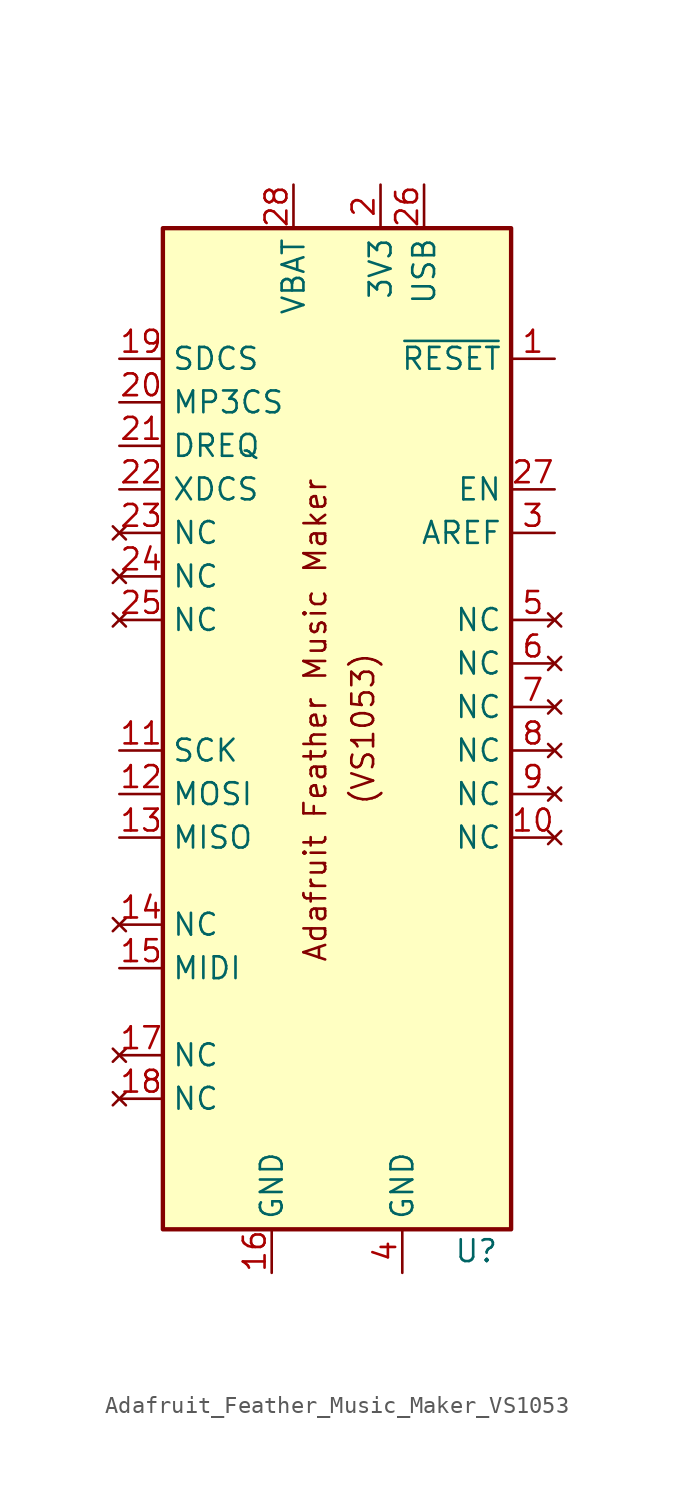
<source format=kicad_sym>
(kicad_symbol_lib
  (version 20231120)
  (generator "kicad_symbol_editor")
  (generator_version "8.0")
  (symbol "Adafruit_Feather_Music_Maker_VS1053"
    (property "Reference" "U"
      (at 8.128 -29.21 0)
      (effects (font (size 1.27 1.27))))
    (property "Value" ""
      (at 0 -19.05 0)
      (effects (font (size 1.27 1.27))))
    (symbol "Adafruit_Feather_Music_Maker_VS1053_0_1"
      (rectangle (start -10.16 30.48) (end 10.16 -27.94) (stroke (width 0.254) (type default)) (fill (type background))))
    (symbol "Adafruit_Feather_Music_Maker_VS1053_1_1"
      (text "(VS1053)" (at 1.524 1.27 900) (effects (font (size 1.27 1.27))))
      (text "Adafruit Feather Music Maker" (at -1.27 1.778 900) (effects (font (size 1.27 1.27))))
      (pin input line (at 12.7 22.86 180) (length 2.54) (name "~{RESET}" (effects (font (size 1.27 1.27)))) (number "1" (effects (font (size 1.27 1.27)))))
      (pin no_connect line (at 12.7 -5.08 180) (length 2.54) (name "NC" (effects (font (size 1.27 1.27)))) (number "10" (effects (font (size 1.27 1.27)))))
      (pin bidirectional line (at -12.7 0 0) (length 2.54) (name "SCK" (effects (font (size 1.27 1.27)))) (number "11" (effects (font (size 1.27 1.27)))))
      (pin bidirectional line (at -12.7 -2.54 0) (length 2.54) (name "MOSI" (effects (font (size 1.27 1.27)))) (number "12" (effects (font (size 1.27 1.27)))))
      (pin bidirectional line (at -12.7 -5.08 0) (length 2.54) (name "MISO" (effects (font (size 1.27 1.27)))) (number "13" (effects (font (size 1.27 1.27)))))
      (pin no_connect line (at -12.7 -10.16 0) (length 2.54) (name "NC" (effects (font (size 1.27 1.27)))) (number "14" (effects (font (size 1.27 1.27)))))
      (pin bidirectional line (at -12.7 -12.7 0) (length 2.54) (name "MIDI" (effects (font (size 1.27 1.27)))) (number "15" (effects (font (size 1.27 1.27)))))
      (pin power_in line (at -3.81 -30.48 90) (length 2.54) (name "GND" (effects (font (size 1.27 1.27)))) (number "16" (effects (font (size 1.27 1.27)))))
      (pin no_connect line (at -12.7 -17.78 0) (length 2.54) (name "NC" (effects (font (size 1.27 1.27)))) (number "17" (effects (font (size 1.27 1.27)))))
      (pin no_connect line (at -12.7 -20.32 0) (length 2.54) (name "NC" (effects (font (size 1.27 1.27)))) (number "18" (effects (font (size 1.27 1.27)))))
      (pin input line (at -12.7 22.86 0) (length 2.54) (name "SDCS" (effects (font (size 1.27 1.27)))) (number "19" (effects (font (size 1.27 1.27)))))
      (pin power_in line (at 2.54 33.02 270) (length 2.54) (name "3V3" (effects (font (size 1.27 1.27)))) (number "2" (effects (font (size 1.27 1.27)))))
      (pin input line (at -12.7 20.32 0) (length 2.54) (name "MP3CS" (effects (font (size 1.27 1.27)))) (number "20" (effects (font (size 1.27 1.27)))))
      (pin output line (at -12.7 17.78 0) (length 2.54) (name "DREQ" (effects (font (size 1.27 1.27)))) (number "21" (effects (font (size 1.27 1.27)))))
      (pin input line (at -12.7 15.24 0) (length 2.54) (name "XDCS" (effects (font (size 1.27 1.27)))) (number "22" (effects (font (size 1.27 1.27)))))
      (pin no_connect line (at -12.7 12.7 0) (length 2.54) (name "NC" (effects (font (size 1.27 1.27)))) (number "23" (effects (font (size 1.27 1.27)))))
      (pin no_connect line (at -12.7 10.16 0) (length 2.54) (name "NC" (effects (font (size 1.27 1.27)))) (number "24" (effects (font (size 1.27 1.27)))))
      (pin no_connect line (at -12.7 7.62 0) (length 2.54) (name "NC" (effects (font (size 1.27 1.27)))) (number "25" (effects (font (size 1.27 1.27)))))
      (pin power_in line (at 5.08 33.02 270) (length 2.54) (name "USB" (effects (font (size 1.27 1.27)))) (number "26" (effects (font (size 1.27 1.27)))))
      (pin input line (at 12.7 15.24 180) (length 2.54) (name "EN" (effects (font (size 1.27 1.27)))) (number "27" (effects (font (size 1.27 1.27)))))
      (pin power_in line (at -2.54 33.02 270) (length 2.54) (name "VBAT" (effects (font (size 1.27 1.27)))) (number "28" (effects (font (size 1.27 1.27)))))
      (pin input line (at 12.7 12.7 180) (length 2.54) (name "AREF" (effects (font (size 1.27 1.27)))) (number "3" (effects (font (size 1.27 1.27)))))
      (pin power_in line (at 3.81 -30.48 90) (length 2.54) (name "GND" (effects (font (size 1.27 1.27)))) (number "4" (effects (font (size 1.27 1.27)))))
      (pin no_connect line (at 12.7 7.62 180) (length 2.54) (name "NC" (effects (font (size 1.27 1.27)))) (number "5" (effects (font (size 1.27 1.27)))))
      (pin no_connect line (at 12.7 5.08 180) (length 2.54) (name "NC" (effects (font (size 1.27 1.27)))) (number "6" (effects (font (size 1.27 1.27)))))
      (pin no_connect line (at 12.7 2.54 180) (length 2.54) (name "NC" (effects (font (size 1.27 1.27)))) (number "7" (effects (font (size 1.27 1.27)))))
      (pin no_connect line (at 12.7 0 180) (length 2.54) (name "NC" (effects (font (size 1.27 1.27)))) (number "8" (effects (font (size 1.27 1.27)))))
      (pin no_connect line (at 12.7 -2.54 180) (length 2.54) (name "NC" (effects (font (size 1.27 1.27)))) (number "9" (effects (font (size 1.27 1.27))))))))
</source>
